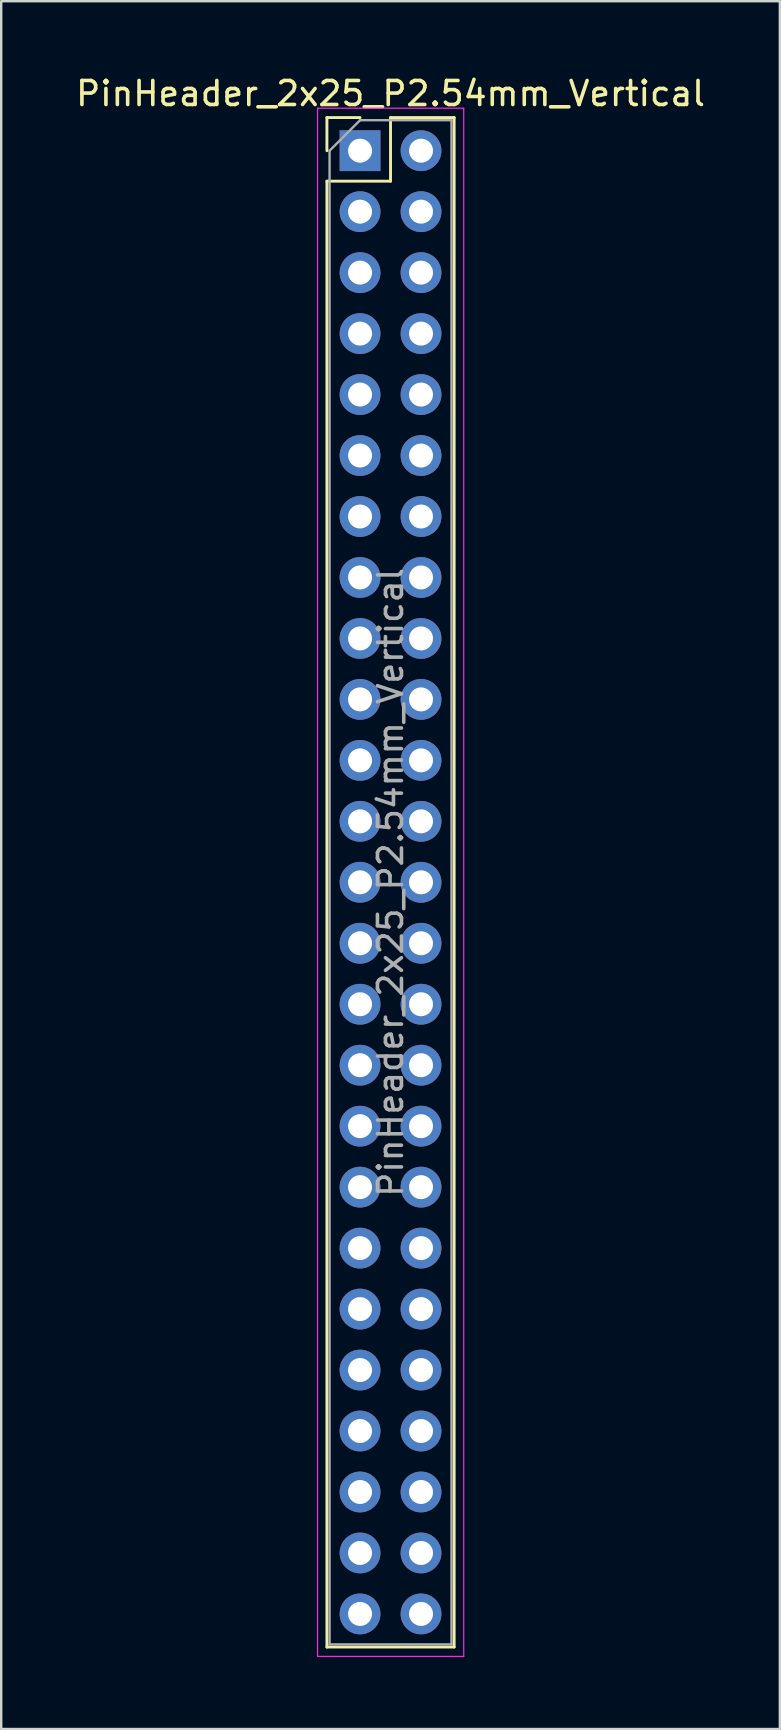
<source format=kicad_pcb>
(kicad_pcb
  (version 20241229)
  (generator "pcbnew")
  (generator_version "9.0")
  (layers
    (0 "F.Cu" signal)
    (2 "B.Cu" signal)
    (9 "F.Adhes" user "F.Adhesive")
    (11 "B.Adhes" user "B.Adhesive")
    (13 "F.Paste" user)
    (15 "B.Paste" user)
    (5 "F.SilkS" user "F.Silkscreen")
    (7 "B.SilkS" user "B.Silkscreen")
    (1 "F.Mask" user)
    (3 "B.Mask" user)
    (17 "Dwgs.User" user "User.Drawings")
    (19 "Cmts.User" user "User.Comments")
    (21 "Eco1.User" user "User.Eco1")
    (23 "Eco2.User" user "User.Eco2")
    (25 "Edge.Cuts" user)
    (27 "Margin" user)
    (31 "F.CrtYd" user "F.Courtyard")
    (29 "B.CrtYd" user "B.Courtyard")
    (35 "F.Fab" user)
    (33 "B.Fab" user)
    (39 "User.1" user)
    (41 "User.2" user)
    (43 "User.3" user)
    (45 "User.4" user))
  (footprint "PinHeader_2x25_P2.54mm_Vertical"
    (layer "F.Cu")
    (at 11.95 3.228)
    (property "Reference" "PinHeader_2x25_P2.54mm_Vertical" (at 1.27 -2.38 0) (layer "F.SilkS") (effects (font (size 1 1) (thickness 0.15))))
    (attr through_hole)
    (fp_line (start -1.38 -1.38) (end 0 -1.38) (stroke (width 0.12) (type solid)) (layer "F.SilkS"))
    (fp_line (start -1.38 0) (end -1.38 -1.38) (stroke (width 0.12) (type solid)) (layer "F.SilkS"))
    (fp_line (start -1.38 1.27) (end -1.38 62.34) (stroke (width 0.12) (type solid)) (layer "F.SilkS"))
    (fp_line (start -1.38 1.27) (end 1.27 1.27) (stroke (width 0.12) (type solid)) (layer "F.SilkS"))
    (fp_line (start -1.38 62.34) (end 3.92 62.34) (stroke (width 0.12) (type solid)) (layer "F.SilkS"))
    (fp_line (start 1.27 -1.38) (end 3.92 -1.38) (stroke (width 0.12) (type solid)) (layer "F.SilkS"))
    (fp_line (start 1.27 1.27) (end 1.27 -1.38) (stroke (width 0.12) (type solid)) (layer "F.SilkS"))
    (fp_line (start 3.92 -1.38) (end 3.92 62.34) (stroke (width 0.12) (type solid)) (layer "F.SilkS"))
    (fp_line (start -1.77 -1.77) (end -1.77 62.73) (stroke (width 0.05) (type solid)) (layer "F.CrtYd"))
    (fp_line (start -1.77 62.73) (end 4.32 62.73) (stroke (width 0.05) (type solid)) (layer "F.CrtYd"))
    (fp_line (start 4.32 -1.77) (end -1.77 -1.77) (stroke (width 0.05) (type solid)) (layer "F.CrtYd"))
    (fp_line (start 4.32 62.73) (end 4.32 -1.77) (stroke (width 0.05) (type solid)) (layer "F.CrtYd"))
    (fp_line (start -1.27 0) (end 0 -1.27) (stroke (width 0.1) (type solid)) (layer "F.Fab"))
    (fp_line (start -1.27 62.23) (end -1.27 0) (stroke (width 0.1) (type solid)) (layer "F.Fab"))
    (fp_line (start 0 -1.27) (end 3.81 -1.27) (stroke (width 0.1) (type solid)) (layer "F.Fab"))
    (fp_line (start 3.81 -1.27) (end 3.81 62.23) (stroke (width 0.1) (type solid)) (layer "F.Fab"))
    (fp_line (start 3.81 62.23) (end -1.27 62.23) (stroke (width 0.1) (type solid)) (layer "F.Fab"))
    (fp_text user "${REFERENCE}" (at 1.27 30.48 90) (layer "F.Fab") (effects (font (size 1 1) (thickness 0.15))))
    (pad "1" thru_hole rect (at 0 0) (size 1.7 1.7) (drill 1) (layers "*.Cu" "*.Mask"))
    (pad "2" thru_hole circle (at 2.54 0) (size 1.7 1.7) (drill 1) (layers "*.Cu" "*.Mask"))
    (pad "3" thru_hole circle (at 0 2.54) (size 1.7 1.7) (drill 1) (layers "*.Cu" "*.Mask"))
    (pad "4" thru_hole circle (at 2.54 2.54) (size 1.7 1.7) (drill 1) (layers "*.Cu" "*.Mask"))
    (pad "5" thru_hole circle (at 0 5.08) (size 1.7 1.7) (drill 1) (layers "*.Cu" "*.Mask"))
    (pad "6" thru_hole circle (at 2.54 5.08) (size 1.7 1.7) (drill 1) (layers "*.Cu" "*.Mask"))
    (pad "7" thru_hole circle (at 0 7.62) (size 1.7 1.7) (drill 1) (layers "*.Cu" "*.Mask"))
    (pad "8" thru_hole circle (at 2.54 7.62) (size 1.7 1.7) (drill 1) (layers "*.Cu" "*.Mask"))
    (pad "9" thru_hole circle (at 0 10.16) (size 1.7 1.7) (drill 1) (layers "*.Cu" "*.Mask"))
    (pad "10" thru_hole circle (at 2.54 10.16) (size 1.7 1.7) (drill 1) (layers "*.Cu" "*.Mask"))
    (pad "11" thru_hole circle (at 0 12.7) (size 1.7 1.7) (drill 1) (layers "*.Cu" "*.Mask"))
    (pad "12" thru_hole circle (at 2.54 12.7) (size 1.7 1.7) (drill 1) (layers "*.Cu" "*.Mask"))
    (pad "13" thru_hole circle (at 0 15.24) (size 1.7 1.7) (drill 1) (layers "*.Cu" "*.Mask"))
    (pad "14" thru_hole circle (at 2.54 15.24) (size 1.7 1.7) (drill 1) (layers "*.Cu" "*.Mask"))
    (pad "15" thru_hole circle (at 0 17.78) (size 1.7 1.7) (drill 1) (layers "*.Cu" "*.Mask"))
    (pad "16" thru_hole circle (at 2.54 17.78) (size 1.7 1.7) (drill 1) (layers "*.Cu" "*.Mask"))
    (pad "17" thru_hole circle (at 0 20.32) (size 1.7 1.7) (drill 1) (layers "*.Cu" "*.Mask"))
    (pad "18" thru_hole circle (at 2.54 20.32) (size 1.7 1.7) (drill 1) (layers "*.Cu" "*.Mask"))
    (pad "19" thru_hole circle (at 0 22.86) (size 1.7 1.7) (drill 1) (layers "*.Cu" "*.Mask"))
    (pad "20" thru_hole circle (at 2.54 22.86) (size 1.7 1.7) (drill 1) (layers "*.Cu" "*.Mask"))
    (pad "21" thru_hole circle (at 0 25.4) (size 1.7 1.7) (drill 1) (layers "*.Cu" "*.Mask"))
    (pad "22" thru_hole circle (at 2.54 25.4) (size 1.7 1.7) (drill 1) (layers "*.Cu" "*.Mask"))
    (pad "23" thru_hole circle (at 0 27.94) (size 1.7 1.7) (drill 1) (layers "*.Cu" "*.Mask"))
    (pad "24" thru_hole circle (at 2.54 27.94) (size 1.7 1.7) (drill 1) (layers "*.Cu" "*.Mask"))
    (pad "25" thru_hole circle (at 0 30.48) (size 1.7 1.7) (drill 1) (layers "*.Cu" "*.Mask"))
    (pad "26" thru_hole circle (at 2.54 30.48) (size 1.7 1.7) (drill 1) (layers "*.Cu" "*.Mask"))
    (pad "27" thru_hole circle (at 0 33.02) (size 1.7 1.7) (drill 1) (layers "*.Cu" "*.Mask"))
    (pad "28" thru_hole circle (at 2.54 33.02) (size 1.7 1.7) (drill 1) (layers "*.Cu" "*.Mask"))
    (pad "29" thru_hole circle (at 0 35.56) (size 1.7 1.7) (drill 1) (layers "*.Cu" "*.Mask"))
    (pad "30" thru_hole circle (at 2.54 35.56) (size 1.7 1.7) (drill 1) (layers "*.Cu" "*.Mask"))
    (pad "31" thru_hole circle (at 0 38.1) (size 1.7 1.7) (drill 1) (layers "*.Cu" "*.Mask"))
    (pad "32" thru_hole circle (at 2.54 38.1) (size 1.7 1.7) (drill 1) (layers "*.Cu" "*.Mask"))
    (pad "33" thru_hole circle (at 0 40.64) (size 1.7 1.7) (drill 1) (layers "*.Cu" "*.Mask"))
    (pad "34" thru_hole circle (at 2.54 40.64) (size 1.7 1.7) (drill 1) (layers "*.Cu" "*.Mask"))
    (pad "35" thru_hole circle (at 0 43.18) (size 1.7 1.7) (drill 1) (layers "*.Cu" "*.Mask"))
    (pad "36" thru_hole circle (at 2.54 43.18) (size 1.7 1.7) (drill 1) (layers "*.Cu" "*.Mask"))
    (pad "37" thru_hole circle (at 0 45.72) (size 1.7 1.7) (drill 1) (layers "*.Cu" "*.Mask"))
    (pad "38" thru_hole circle (at 2.54 45.72) (size 1.7 1.7) (drill 1) (layers "*.Cu" "*.Mask"))
    (pad "39" thru_hole circle (at 0 48.26) (size 1.7 1.7) (drill 1) (layers "*.Cu" "*.Mask"))
    (pad "40" thru_hole circle (at 2.54 48.26) (size 1.7 1.7) (drill 1) (layers "*.Cu" "*.Mask"))
    (pad "41" thru_hole circle (at 0 50.8) (size 1.7 1.7) (drill 1) (layers "*.Cu" "*.Mask"))
    (pad "42" thru_hole circle (at 2.54 50.8) (size 1.7 1.7) (drill 1) (layers "*.Cu" "*.Mask"))
    (pad "43" thru_hole circle (at 0 53.34) (size 1.7 1.7) (drill 1) (layers "*.Cu" "*.Mask"))
    (pad "44" thru_hole circle (at 2.54 53.34) (size 1.7 1.7) (drill 1) (layers "*.Cu" "*.Mask"))
    (pad "45" thru_hole circle (at 0 55.88) (size 1.7 1.7) (drill 1) (layers "*.Cu" "*.Mask"))
    (pad "46" thru_hole circle (at 2.54 55.88) (size 1.7 1.7) (drill 1) (layers "*.Cu" "*.Mask"))
    (pad "47" thru_hole circle (at 0 58.42) (size 1.7 1.7) (drill 1) (layers "*.Cu" "*.Mask"))
    (pad "48" thru_hole circle (at 2.54 58.42) (size 1.7 1.7) (drill 1) (layers "*.Cu" "*.Mask"))
    (pad "49" thru_hole circle (at 0 60.96) (size 1.7 1.7) (drill 1) (layers "*.Cu" "*.Mask"))
    (pad "50" thru_hole circle (at 2.54 60.96) (size 1.7 1.7) (drill 1) (layers "*.Cu" "*.Mask")))
  (gr_rect
    (start -3 -3)
    (end 29.44 68.983)
    (stroke (width 0.1) (type default))
    (fill no)
    (layer "Edge.Cuts")))
</source>
